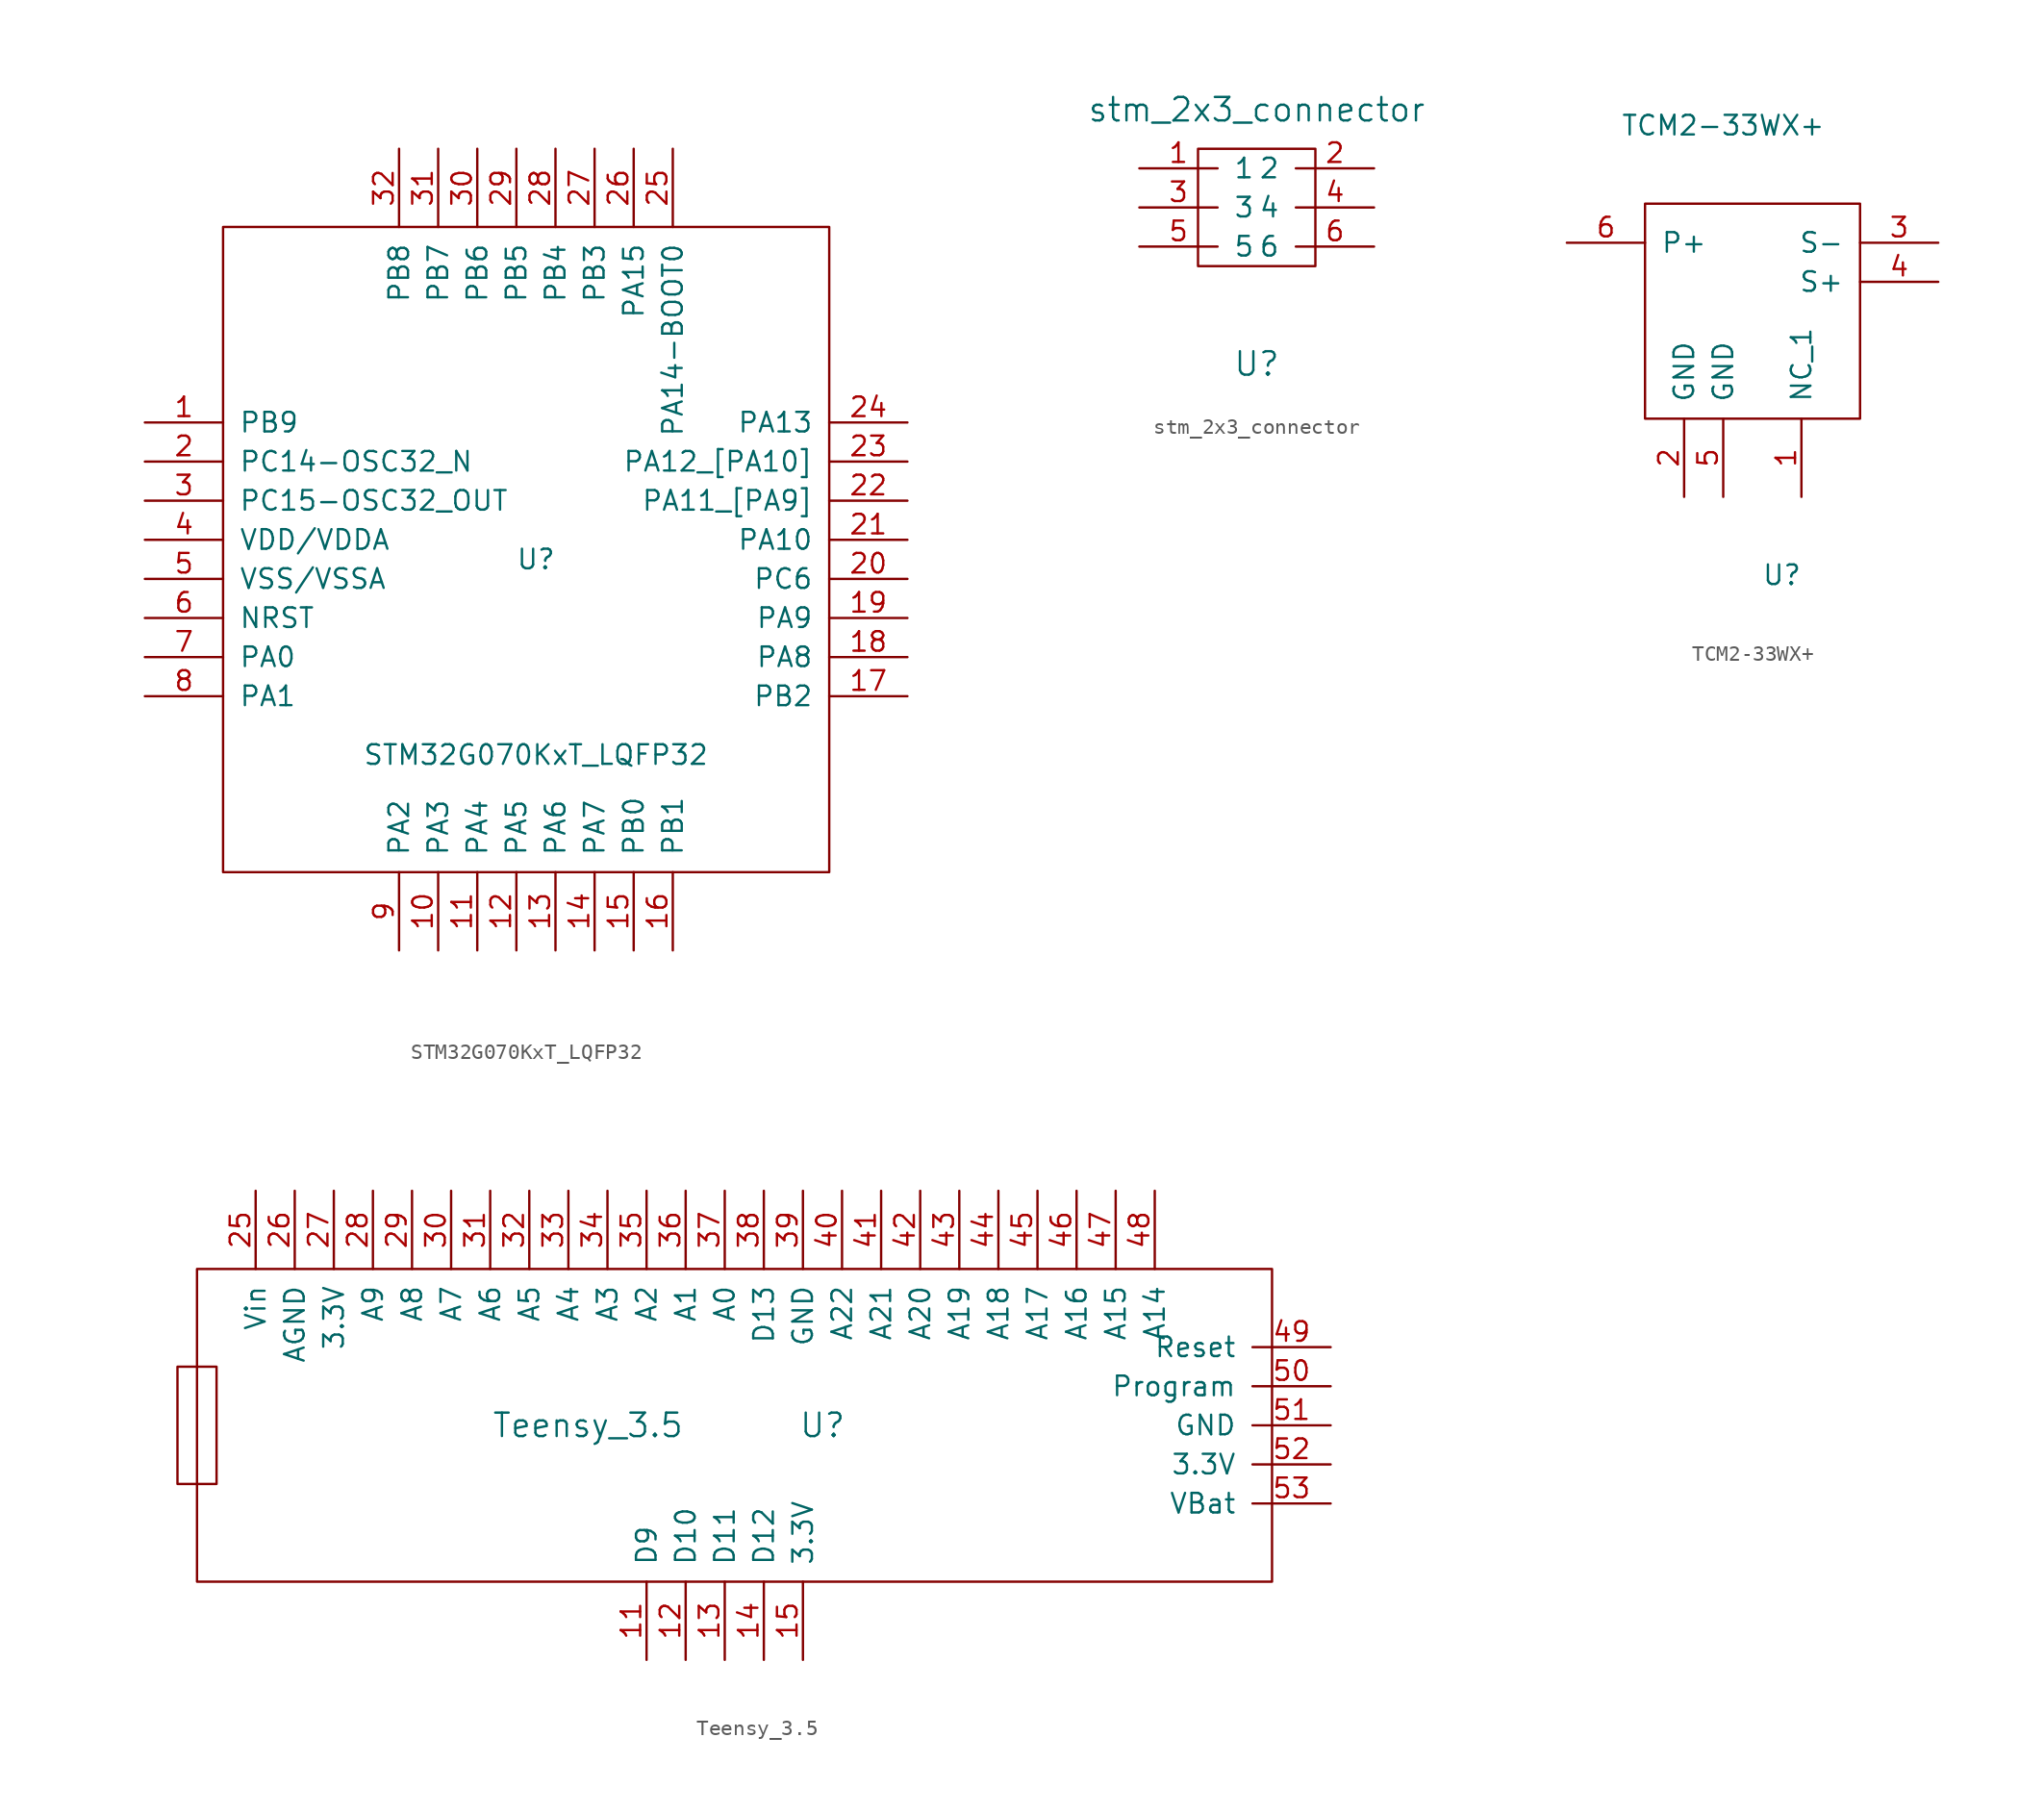
<source format=kicad_sym>
(kicad_symbol_lib
  (version 20220914)
  (generator kicad_symbol_editor)
  (symbol "STM32G070KxT_LQFP32"
    (pin_names
      (offset 1.016))
    (property "Reference" "U"
      (at 0 0 0)
      (effects (font (size 1.27 1.27))))
    (property "Value" "STM32G070KxT_LQFP32"
      (at 0 -12.7 0)
      (effects (font (size 1.27 1.27))))
    (symbol "STM32G070KxT_LQFP32_0_1"
      (rectangle (start -20.32 21.59) (end 19.05 -20.32) (stroke (width 0) (type solid)) (fill (type none))))
    (symbol "STM32G070KxT_LQFP32_1_1"
      (pin input line (at -25.4 8.89 0) (length 5.08) (name "PB9" (effects (font (size 1.27 1.27)))) (number "1" (effects (font (size 1.27 1.27)))))
      (pin input line (at -6.35 -25.4 90) (length 5.08) (name "PA3" (effects (font (size 1.27 1.27)))) (number "10" (effects (font (size 1.27 1.27)))))
      (pin input line (at -3.81 -25.4 90) (length 5.08) (name "PA4" (effects (font (size 1.27 1.27)))) (number "11" (effects (font (size 1.27 1.27)))))
      (pin input line (at -1.27 -25.4 90) (length 5.08) (name "PA5" (effects (font (size 1.27 1.27)))) (number "12" (effects (font (size 1.27 1.27)))))
      (pin input line (at 1.27 -25.4 90) (length 5.08) (name "PA6" (effects (font (size 1.27 1.27)))) (number "13" (effects (font (size 1.27 1.27)))))
      (pin input line (at 3.81 -25.4 90) (length 5.08) (name "PA7" (effects (font (size 1.27 1.27)))) (number "14" (effects (font (size 1.27 1.27)))))
      (pin input line (at 6.35 -25.4 90) (length 5.08) (name "PB0" (effects (font (size 1.27 1.27)))) (number "15" (effects (font (size 1.27 1.27)))))
      (pin input line (at 8.89 -25.4 90) (length 5.08) (name "PB1" (effects (font (size 1.27 1.27)))) (number "16" (effects (font (size 1.27 1.27)))))
      (pin input line (at 24.13 -8.89 180) (length 5.08) (name "PB2" (effects (font (size 1.27 1.27)))) (number "17" (effects (font (size 1.27 1.27)))))
      (pin input line (at 24.13 -6.35 180) (length 5.08) (name "PA8" (effects (font (size 1.27 1.27)))) (number "18" (effects (font (size 1.27 1.27)))))
      (pin input line (at 24.13 -3.81 180) (length 5.08) (name "PA9" (effects (font (size 1.27 1.27)))) (number "19" (effects (font (size 1.27 1.27)))))
      (pin input line (at -25.4 6.35 0) (length 5.08) (name "PC14-OSC32_N" (effects (font (size 1.27 1.27)))) (number "2" (effects (font (size 1.27 1.27)))))
      (pin input line (at 24.13 -1.27 180) (length 5.08) (name "PC6" (effects (font (size 1.27 1.27)))) (number "20" (effects (font (size 1.27 1.27)))))
      (pin input line (at 24.13 1.27 180) (length 5.08) (name "PA10" (effects (font (size 1.27 1.27)))) (number "21" (effects (font (size 1.27 1.27)))))
      (pin input line (at 24.13 3.81 180) (length 5.08) (name "PA11_[PA9]" (effects (font (size 1.27 1.27)))) (number "22" (effects (font (size 1.27 1.27)))))
      (pin input line (at 24.13 6.35 180) (length 5.08) (name "PA12_[PA10]" (effects (font (size 1.27 1.27)))) (number "23" (effects (font (size 1.27 1.27)))))
      (pin input line (at 24.13 8.89 180) (length 5.08) (name "PA13" (effects (font (size 1.27 1.27)))) (number "24" (effects (font (size 1.27 1.27)))))
      (pin input line (at 8.89 26.67 270) (length 5.08) (name "PA14-BOOT0" (effects (font (size 1.27 1.27)))) (number "25" (effects (font (size 1.27 1.27)))))
      (pin input line (at 6.35 26.67 270) (length 5.08) (name "PA15" (effects (font (size 1.27 1.27)))) (number "26" (effects (font (size 1.27 1.27)))))
      (pin input line (at 3.81 26.67 270) (length 5.08) (name "PB3" (effects (font (size 1.27 1.27)))) (number "27" (effects (font (size 1.27 1.27)))))
      (pin input line (at 1.27 26.67 270) (length 5.08) (name "PB4" (effects (font (size 1.27 1.27)))) (number "28" (effects (font (size 1.27 1.27)))))
      (pin input line (at -1.27 26.67 270) (length 5.08) (name "PB5" (effects (font (size 1.27 1.27)))) (number "29" (effects (font (size 1.27 1.27)))))
      (pin input line (at -25.4 3.81 0) (length 5.08) (name "PC15-OSC32_OUT" (effects (font (size 1.27 1.27)))) (number "3" (effects (font (size 1.27 1.27)))))
      (pin input line (at -3.81 26.67 270) (length 5.08) (name "PB6" (effects (font (size 1.27 1.27)))) (number "30" (effects (font (size 1.27 1.27)))))
      (pin input line (at -6.35 26.67 270) (length 5.08) (name "PB7" (effects (font (size 1.27 1.27)))) (number "31" (effects (font (size 1.27 1.27)))))
      (pin input line (at -8.89 26.67 270) (length 5.08) (name "PB8" (effects (font (size 1.27 1.27)))) (number "32" (effects (font (size 1.27 1.27)))))
      (pin input line (at -25.4 1.27 0) (length 5.08) (name "VDD/VDDA" (effects (font (size 1.27 1.27)))) (number "4" (effects (font (size 1.27 1.27)))))
      (pin input line (at -25.4 -1.27 0) (length 5.08) (name "VSS/VSSA" (effects (font (size 1.27 1.27)))) (number "5" (effects (font (size 1.27 1.27)))))
      (pin input line (at -25.4 -3.81 0) (length 5.08) (name "NRST" (effects (font (size 1.27 1.27)))) (number "6" (effects (font (size 1.27 1.27)))))
      (pin input line (at -25.4 -6.35 0) (length 5.08) (name "PA0" (effects (font (size 1.27 1.27)))) (number "7" (effects (font (size 1.27 1.27)))))
      (pin input line (at -25.4 -8.89 0) (length 5.08) (name "PA1" (effects (font (size 1.27 1.27)))) (number "8" (effects (font (size 1.27 1.27)))))
      (pin input line (at -8.89 -25.4 90) (length 5.08) (name "PA2" (effects (font (size 1.27 1.27)))) (number "9" (effects (font (size 1.27 1.27)))))))
  (symbol "stm_2x3_connector"
    (pin_names
      (offset 1.016))
    (property "Reference" "U"
      (at 0 -10.16 0)
      (effects (font (size 1.524 1.524))))
    (property "Value" "stm_2x3_connector"
      (at 0 6.35 0)
      (effects (font (size 1.524 1.524))))
    (property "Footprint" ""
      (at 0 0 0)
      (effects (font (size 1.524 1.524))))
    (property "Datasheet" ""
      (at 0 0 0)
      (effects (font (size 1.524 1.524))))
    (symbol "stm_2x3_connector_0_1"
      (rectangle (start -3.81 3.81) (end 3.81 -3.81) (stroke (width 0) (type solid)) (fill (type none))))
    (symbol "stm_2x3_connector_1_1"
      (pin input line (at -7.62 2.54 0) (length 5.08) (name "1" (effects (font (size 1.27 1.27)))) (number "1" (effects (font (size 1.27 1.27)))))
      (pin input line (at 7.62 2.54 180) (length 5.08) (name "2" (effects (font (size 1.27 1.27)))) (number "2" (effects (font (size 1.27 1.27)))))
      (pin input line (at -7.62 0 0) (length 5.08) (name "3" (effects (font (size 1.27 1.27)))) (number "3" (effects (font (size 1.27 1.27)))))
      (pin input line (at 7.62 0 180) (length 5.08) (name "4" (effects (font (size 1.27 1.27)))) (number "4" (effects (font (size 1.27 1.27)))))
      (pin input line (at -7.62 -2.54 0) (length 5.08) (name "5" (effects (font (size 1.27 1.27)))) (number "5" (effects (font (size 1.27 1.27)))))
      (pin input line (at 7.62 -2.54 180) (length 5.08) (name "6" (effects (font (size 1.27 1.27)))) (number "6" (effects (font (size 1.27 1.27)))))))
  (symbol "TCM2-33WX+"
    (pin_names
      (offset 1.016))
    (property "Reference" "U"
      (at 3.81 -17.78 0)
      (effects (font (size 1.27 1.27))))
    (property "Value" "TCM2-33WX+"
      (at 0 11.43 0)
      (effects (font (size 1.27 1.27))))
    (symbol "TCM2-33WX+_0_1"
      (rectangle (start -5.08 6.35) (end 8.89 -7.62) (stroke (width 0) (type solid)) (fill (type none))))
    (symbol "TCM2-33WX+_1_1"
      (pin input line (at 5.08 -12.7 90) (length 5.08) (name "NC_1" (effects (font (size 1.27 1.27)))) (number "1" (effects (font (size 1.27 1.27)))))
      (pin input line (at -2.54 -12.7 90) (length 5.08) (name "GND" (effects (font (size 1.27 1.27)))) (number "2" (effects (font (size 1.27 1.27)))))
      (pin input line (at 13.97 3.81 180) (length 5.08) (name "S-" (effects (font (size 1.27 1.27)))) (number "3" (effects (font (size 1.27 1.27)))))
      (pin input line (at 13.97 1.27 180) (length 5.08) (name "S+" (effects (font (size 1.27 1.27)))) (number "4" (effects (font (size 1.27 1.27)))))
      (pin input line (at 0 -12.7 90) (length 5.08) (name "GND" (effects (font (size 1.27 1.27)))) (number "5" (effects (font (size 1.27 1.27)))))
      (pin input line (at -10.16 3.81 0) (length 5.08) (name "P+" (effects (font (size 1.27 1.27)))) (number "6" (effects (font (size 1.27 1.27)))))))
  (symbol "Teensy_3.5"
    (pin_names
      (offset 1.016))
    (property "Reference" "U"
      (at 7.62 0 0)
      (effects (font (size 1.524 1.524))))
    (property "Value" "Teensy_3.5"
      (at -7.62 0 0)
      (effects (font (size 1.524 1.524))))
    (property "Footprint" ""
      (at 15.24 -1.27 0)
      (effects (font (size 1.524 1.524))))
    (property "Datasheet" ""
      (at 15.24 -1.27 0)
      (effects (font (size 1.524 1.524))))
    (symbol "Teensy_3.5_0_1"
      (rectangle (start -34.29 3.81) (end -31.75 -3.81) (stroke (width 0) (type solid)) (fill (type none)))
      (rectangle (start -33.02 10.16) (end 36.83 -10.16) (stroke (width 0) (type solid)) (fill (type none))))
    (symbol "Teensy_3.5_1_1"
      (pin input line (at -3.81 -15.24 90) (length 5.08) (name "D9" (effects (font (size 1.27 1.27)))) (number "11" (effects (font (size 1.27 1.27)))))
      (pin input line (at -1.27 -15.24 90) (length 5.08) (name "D10" (effects (font (size 1.27 1.27)))) (number "12" (effects (font (size 1.27 1.27)))))
      (pin input line (at 1.27 -15.24 90) (length 5.08) (name "D11" (effects (font (size 1.27 1.27)))) (number "13" (effects (font (size 1.27 1.27)))))
      (pin input line (at 3.81 -15.24 90) (length 5.08) (name "D12" (effects (font (size 1.27 1.27)))) (number "14" (effects (font (size 1.27 1.27)))))
      (pin input line (at 6.35 -15.24 90) (length 5.08) (name "3.3V" (effects (font (size 1.27 1.27)))) (number "15" (effects (font (size 1.27 1.27)))))
      (pin input line (at -29.21 15.24 270) (length 5.08) (name "Vin" (effects (font (size 1.27 1.27)))) (number "25" (effects (font (size 1.27 1.27)))))
      (pin input line (at -26.67 15.24 270) (length 5.08) (name "AGND" (effects (font (size 1.27 1.27)))) (number "26" (effects (font (size 1.27 1.27)))))
      (pin input line (at -24.13 15.24 270) (length 5.08) (name "3.3V" (effects (font (size 1.27 1.27)))) (number "27" (effects (font (size 1.27 1.27)))))
      (pin input line (at -21.59 15.24 270) (length 5.08) (name "A9" (effects (font (size 1.27 1.27)))) (number "28" (effects (font (size 1.27 1.27)))))
      (pin input line (at -19.05 15.24 270) (length 5.08) (name "A8" (effects (font (size 1.27 1.27)))) (number "29" (effects (font (size 1.27 1.27)))))
      (pin input line (at -16.51 15.24 270) (length 5.08) (name "A7" (effects (font (size 1.27 1.27)))) (number "30" (effects (font (size 1.27 1.27)))))
      (pin input line (at -13.97 15.24 270) (length 5.08) (name "A6" (effects (font (size 1.27 1.27)))) (number "31" (effects (font (size 1.27 1.27)))))
      (pin input line (at -11.43 15.24 270) (length 5.08) (name "A5" (effects (font (size 1.27 1.27)))) (number "32" (effects (font (size 1.27 1.27)))))
      (pin input line (at -8.89 15.24 270) (length 5.08) (name "A4" (effects (font (size 1.27 1.27)))) (number "33" (effects (font (size 1.27 1.27)))))
      (pin input line (at -6.35 15.24 270) (length 5.08) (name "A3" (effects (font (size 1.27 1.27)))) (number "34" (effects (font (size 1.27 1.27)))))
      (pin input line (at -3.81 15.24 270) (length 5.08) (name "A2" (effects (font (size 1.27 1.27)))) (number "35" (effects (font (size 1.27 1.27)))))
      (pin input line (at -1.27 15.24 270) (length 5.08) (name "A1" (effects (font (size 1.27 1.27)))) (number "36" (effects (font (size 1.27 1.27)))))
      (pin input line (at 1.27 15.24 270) (length 5.08) (name "A0" (effects (font (size 1.27 1.27)))) (number "37" (effects (font (size 1.27 1.27)))))
      (pin input line (at 3.81 15.24 270) (length 5.08) (name "D13" (effects (font (size 1.27 1.27)))) (number "38" (effects (font (size 1.27 1.27)))))
      (pin input line (at 6.35 15.24 270) (length 5.08) (name "GND" (effects (font (size 1.27 1.27)))) (number "39" (effects (font (size 1.27 1.27)))))
      (pin input line (at 8.89 15.24 270) (length 5.08) (name "A22" (effects (font (size 1.27 1.27)))) (number "40" (effects (font (size 1.27 1.27)))))
      (pin input line (at 11.43 15.24 270) (length 5.08) (name "A21" (effects (font (size 1.27 1.27)))) (number "41" (effects (font (size 1.27 1.27)))))
      (pin input line (at 13.97 15.24 270) (length 5.08) (name "A20" (effects (font (size 1.27 1.27)))) (number "42" (effects (font (size 1.27 1.27)))))
      (pin input line (at 16.51 15.24 270) (length 5.08) (name "A19" (effects (font (size 1.27 1.27)))) (number "43" (effects (font (size 1.27 1.27)))))
      (pin input line (at 19.05 15.24 270) (length 5.08) (name "A18" (effects (font (size 1.27 1.27)))) (number "44" (effects (font (size 1.27 1.27)))))
      (pin input line (at 21.59 15.24 270) (length 5.08) (name "A17" (effects (font (size 1.27 1.27)))) (number "45" (effects (font (size 1.27 1.27)))))
      (pin input line (at 24.13 15.24 270) (length 5.08) (name "A16" (effects (font (size 1.27 1.27)))) (number "46" (effects (font (size 1.27 1.27)))))
      (pin input line (at 26.67 15.24 270) (length 5.08) (name "A15" (effects (font (size 1.27 1.27)))) (number "47" (effects (font (size 1.27 1.27)))))
      (pin input line (at 29.21 15.24 270) (length 5.08) (name "A14" (effects (font (size 1.27 1.27)))) (number "48" (effects (font (size 1.27 1.27)))))
      (pin input line (at 40.64 5.08 180) (length 5.08) (name "Reset" (effects (font (size 1.27 1.27)))) (number "49" (effects (font (size 1.27 1.27)))))
      (pin input line (at 40.64 2.54 180) (length 5.08) (name "Program" (effects (font (size 1.27 1.27)))) (number "50" (effects (font (size 1.27 1.27)))))
      (pin input line (at 40.64 0 180) (length 5.08) (name "GND" (effects (font (size 1.27 1.27)))) (number "51" (effects (font (size 1.27 1.27)))))
      (pin input line (at 40.64 -2.54 180) (length 5.08) (name "3.3V" (effects (font (size 1.27 1.27)))) (number "52" (effects (font (size 1.27 1.27)))))
      (pin input line (at 40.64 -5.08 180) (length 5.08) (name "VBat" (effects (font (size 1.27 1.27)))) (number "53" (effects (font (size 1.27 1.27))))))))
</source>
